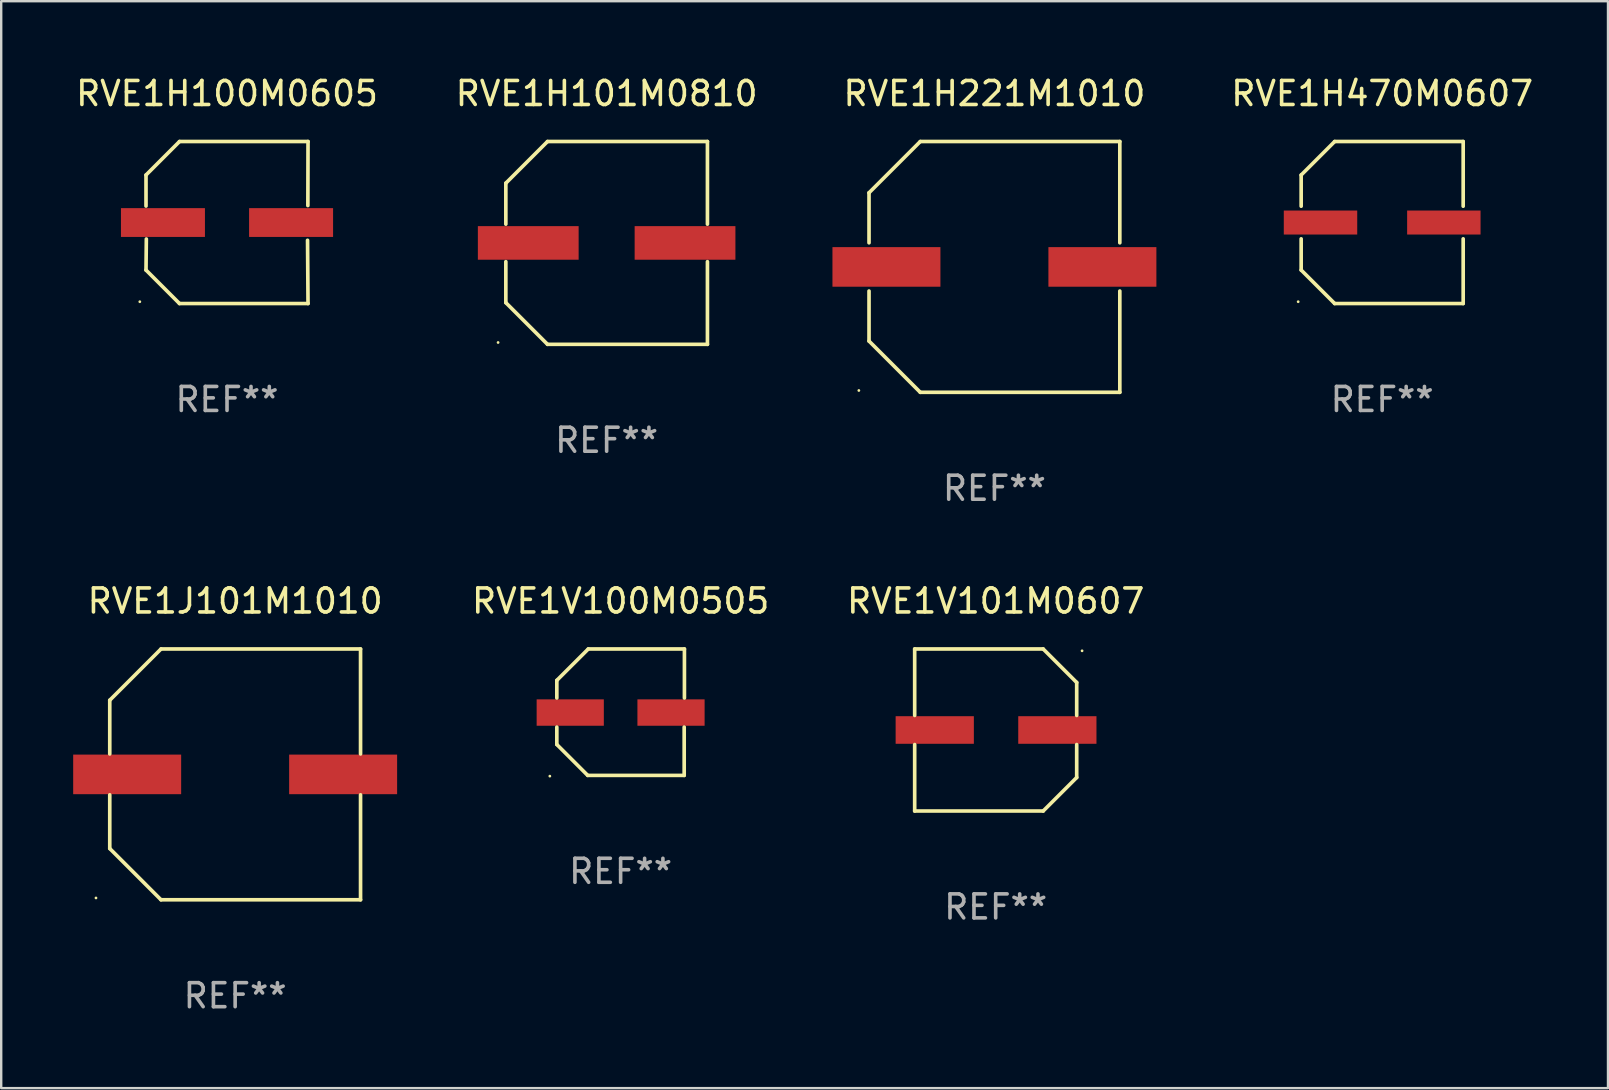
<source format=kicad_pcb>
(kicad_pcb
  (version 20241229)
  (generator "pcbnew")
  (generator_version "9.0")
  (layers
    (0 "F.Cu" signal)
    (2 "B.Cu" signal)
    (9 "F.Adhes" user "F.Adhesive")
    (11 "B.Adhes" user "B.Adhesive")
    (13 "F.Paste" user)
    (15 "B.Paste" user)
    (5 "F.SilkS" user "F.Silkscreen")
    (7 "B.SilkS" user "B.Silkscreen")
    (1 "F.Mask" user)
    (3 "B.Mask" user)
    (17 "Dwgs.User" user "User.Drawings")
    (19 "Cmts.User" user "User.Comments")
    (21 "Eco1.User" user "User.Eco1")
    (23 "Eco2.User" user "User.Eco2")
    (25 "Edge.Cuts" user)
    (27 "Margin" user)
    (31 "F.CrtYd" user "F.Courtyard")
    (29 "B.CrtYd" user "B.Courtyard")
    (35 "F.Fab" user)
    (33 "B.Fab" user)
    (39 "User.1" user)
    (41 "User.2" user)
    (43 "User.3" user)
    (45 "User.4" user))
  (footprint "RVE1H100M0605"
    (layer "F.Cu")
    (at 6.411 6.224)
    (property "Reference" "RVE1H100M0605" (at 0 -5.376 0) (layer "F.SilkS") (effects (font (size 1 1) (thickness 0.15))))
    (attr through_hole)
    (fp_line (start -3.376 -1.98) (end -3.376 -0.686) (stroke (width 0.152) (type solid)) (layer "F.SilkS"))
    (fp_line (start -3.376 1.981) (end -3.362 0.686) (stroke (width 0.152) (type solid)) (layer "F.SilkS"))
    (fp_line (start -1.981 3.376) (end -3.376 1.981) (stroke (width 0.152) (type solid)) (layer "F.SilkS"))
    (fp_line (start -1.98 -3.376) (end -3.376 -1.98) (stroke (width 0.152) (type solid)) (layer "F.SilkS"))
    (fp_line (start 3.356 0.74) (end 3.376 3.376) (stroke (width 0.152) (type solid)) (layer "F.SilkS"))
    (fp_line (start 3.369 -0.707) (end 3.376 -3.376) (stroke (width 0.152) (type solid)) (layer "F.SilkS"))
    (fp_line (start 3.376 3.376) (end -1.981 3.376) (stroke (width 0.152) (type solid)) (layer "F.SilkS"))
    (fp_line (start 3.376 -3.376) (end -1.98 -3.376) (stroke (width 0.152) (type solid)) (layer "F.SilkS"))
    (fp_circle (center -3.634 3.3) (end -3.604 3.3) (stroke (width 0.06) (type solid)) (fill no) (layer "F.SilkS"))
    (fp_text user "REF**" (at 0 7.376 0) (layer "F.Fab") (effects (font (size 1 1) (thickness 0.15))))
    (pad "1" smd rect (at -2.67 0.000254) (size 3.5 1.2) (layers "F.Cu" "F.Mask" "F.Paste"))
    (pad "2" smd rect (at 2.67 0.000254) (size 3.5 1.2) (layers "F.Cu" "F.Mask" "F.Paste")))
  (footprint "RVE1V100M0505"
    (layer "F.Cu")
    (at 22.815 26.631)
    (property "Reference" "RVE1V100M0505" (at 0 -4.634 0) (layer "F.SilkS") (effects (font (size 1 1) (thickness 0.15))))
    (attr through_hole)
    (fp_line (start -2.659 -1.326) (end -2.659 -0.592) (stroke (width 0.152) (type solid)) (layer "F.SilkS"))
    (fp_line (start -2.659 1.346) (end -2.659 0.622) (stroke (width 0.152) (type solid)) (layer "F.SilkS"))
    (fp_line (start -1.372 2.634) (end -2.659 1.346) (stroke (width 0.152) (type solid)) (layer "F.SilkS"))
    (fp_line (start -1.349 -2.634) (end -2.659 -1.326) (stroke (width 0.152) (type solid)) (layer "F.SilkS"))
    (fp_line (start 2.649 0.622) (end 2.649 2.634) (stroke (width 0.152) (type solid)) (layer "F.SilkS"))
    (fp_line (start 2.649 2.634) (end -1.372 2.634) (stroke (width 0.152) (type solid)) (layer "F.SilkS"))
    (fp_line (start 2.659 -2.634) (end -1.349 -2.634) (stroke (width 0.152) (type solid)) (layer "F.SilkS"))
    (fp_line (start 2.659 -0.592) (end 2.659 -2.634) (stroke (width 0.152) (type solid)) (layer "F.SilkS"))
    (fp_circle (center -2.95 2.665) (end -2.92 2.665) (stroke (width 0.06) (type solid)) (fill no) (layer "F.SilkS"))
    (fp_text user "REF**" (at 0 6.634 0) (layer "F.Fab") (effects (font (size 1 1) (thickness 0.15))))
    (pad "1" smd rect (at -2.1 0.015) (size 2.8 1.1) (layers "F.Cu" "F.Mask" "F.Paste"))
    (pad "2" smd rect (at 2.1 0.015) (size 2.8 1.1) (layers "F.Cu" "F.Mask" "F.Paste")))
  (footprint "RVE1H221M1010"
    (layer "F.Cu")
    (at 38.393 8.074)
    (property "Reference" "RVE1H221M1010" (at 0 -7.226 0) (layer "F.SilkS") (effects (font (size 1 1) (thickness 0.15))))
    (attr through_hole)
    (fp_line (start -5.226 -3.09) (end -5.226 -1.005) (stroke (width 0.152) (type solid)) (layer "F.SilkS"))
    (fp_line (start -5.226 1.005) (end -5.226 3.09) (stroke (width 0.152) (type solid)) (layer "F.SilkS"))
    (fp_line (start -3.09 -5.226) (end -5.226 -3.09) (stroke (width 0.152) (type solid)) (layer "F.SilkS"))
    (fp_line (start -3.09 5.226) (end -5.226 3.09) (stroke (width 0.152) (type solid)) (layer "F.SilkS"))
    (fp_line (start 5.226 -5.226) (end -3.09 -5.226) (stroke (width 0.152) (type solid)) (layer "F.SilkS"))
    (fp_line (start 5.226 -1.005) (end 5.226 -5.226) (stroke (width 0.152) (type solid)) (layer "F.SilkS"))
    (fp_line (start 5.226 5.226) (end -3.09 5.226) (stroke (width 0.152) (type solid)) (layer "F.SilkS"))
    (fp_line (start 5.226 5.226) (end 5.226 1.005) (stroke (width 0.152) (type solid)) (layer "F.SilkS"))
    (fp_circle (center -5.65 5.15) (end -5.62 5.15) (stroke (width 0.06) (type solid)) (fill no) (layer "F.SilkS"))
    (fp_text user "REF**" (at 0 9.226 0) (layer "F.Fab") (effects (font (size 1 1) (thickness 0.15))))
    (pad "1" smd rect (at -4.5 0) (size 4.5 1.65) (layers "F.Cu" "F.Mask" "F.Paste"))
    (pad "2" smd rect (at 4.5 0) (size 4.5 1.65) (layers "F.Cu" "F.Mask" "F.Paste")))
  (footprint "RVE1H470M0607"
    (layer "F.Cu")
    (at 54.553 6.224)
    (property "Reference" "RVE1H470M0607" (at 0 -5.376 0) (layer "F.SilkS") (effects (font (size 1 1) (thickness 0.15))))
    (attr through_hole)
    (fp_line (start -3.376 -1.98) (end -3.376 -0.68) (stroke (width 0.152) (type solid)) (layer "F.SilkS"))
    (fp_line (start -3.376 -1.98) (end -1.98 -3.376) (stroke (width 0.152) (type solid)) (layer "F.SilkS"))
    (fp_line (start -3.376 0.68) (end -3.376 1.98) (stroke (width 0.152) (type solid)) (layer "F.SilkS"))
    (fp_line (start -3.376 1.98) (end -1.98 3.376) (stroke (width 0.152) (type solid)) (layer "F.SilkS"))
    (fp_line (start -1.98 -3.376) (end 3.376 -3.376) (stroke (width 0.152) (type solid)) (layer "F.SilkS"))
    (fp_line (start -1.98 3.376) (end 3.376 3.376) (stroke (width 0.152) (type solid)) (layer "F.SilkS"))
    (fp_line (start 3.376 -3.376) (end 3.376 -0.68) (stroke (width 0.152) (type solid)) (layer "F.SilkS"))
    (fp_line (start 3.376 0.68) (end 3.376 3.376) (stroke (width 0.152) (type solid)) (layer "F.SilkS"))
    (fp_circle (center -3.501 3.3) (end -3.471 3.3) (stroke (width 0.06) (type solid)) (fill no) (layer "F.SilkS"))
    (fp_text user "REF**" (at 0 7.376 0) (layer "F.Fab") (effects (font (size 1 1) (thickness 0.15))))
    (pad "1" smd rect (at -2.57 0.000013) (size 3.06 1) (layers "F.Cu" "F.Mask" "F.Paste"))
    (pad "2" smd rect (at 2.57 0.000013) (size 3.06 1) (layers "F.Cu" "F.Mask" "F.Paste")))
  (footprint "RVE1V101M0607"
    (layer "F.Cu")
    (at 38.446 27.373)
    (property "Reference" "RVE1V101M0607" (at 0 -5.376 0) (layer "F.SilkS") (effects (font (size 1 1) (thickness 0.15))))
    (attr through_hole)
    (fp_line (start -3.376 -3.376) (end 1.98 -3.376) (stroke (width 0.152) (type solid)) (layer "F.SilkS"))
    (fp_line (start -3.376 -0.607) (end -3.376 -3.376) (stroke (width 0.152) (type solid)) (layer "F.SilkS"))
    (fp_line (start -3.376 0.607) (end -3.376 3.376) (stroke (width 0.152) (type solid)) (layer "F.SilkS"))
    (fp_line (start -3.376 3.376) (end 1.98 3.376) (stroke (width 0.152) (type solid)) (layer "F.SilkS"))
    (fp_line (start 1.98 -3.376) (end 3.376 -1.98) (stroke (width 0.152) (type solid)) (layer "F.SilkS"))
    (fp_line (start 1.98 3.376) (end 3.376 1.98) (stroke (width 0.152) (type solid)) (layer "F.SilkS"))
    (fp_line (start 3.376 -1.98) (end 3.376 -0.607) (stroke (width 0.152) (type solid)) (layer "F.SilkS"))
    (fp_line (start 3.376 1.98) (end 3.376 0.607) (stroke (width 0.152) (type solid)) (layer "F.SilkS"))
    (fp_circle (center 3.6 -3.3) (end 3.63 -3.3) (stroke (width 0.06) (type solid)) (fill no) (layer "F.SilkS"))
    (fp_text user "REF**" (at 0 7.376 0) (layer "F.Fab") (effects (font (size 1 1) (thickness 0.15))))
    (pad "1" smd rect (at 2.57 0 180) (size 3.26 1.15) (layers "F.Cu" "F.Mask" "F.Paste"))
    (pad "2" smd rect (at -2.54 0 180) (size 3.26 1.15) (layers "F.Cu" "F.Mask" "F.Paste")))
  (footprint "RVE1H101M0810"
    (layer "F.Cu")
    (at 22.232 7.074)
    (property "Reference" "RVE1H101M0810" (at 0 -6.226 0) (layer "F.SilkS") (effects (font (size 1 1) (thickness 0.15))))
    (attr through_hole)
    (fp_line (start -4.201 -2.49) (end -4.201 -0.782) (stroke (width 0.152) (type solid)) (layer "F.SilkS"))
    (fp_line (start -4.201 2.49) (end -4.201 0.782) (stroke (width 0.152) (type solid)) (layer "F.SilkS"))
    (fp_line (start -2.465 -4.226) (end -4.201 -2.49) (stroke (width 0.152) (type solid)) (layer "F.SilkS"))
    (fp_line (start -2.465 4.226) (end -4.201 2.49) (stroke (width 0.152) (type solid)) (layer "F.SilkS"))
    (fp_line (start 4.201 -4.226) (end -2.465 -4.226) (stroke (width 0.152) (type solid)) (layer "F.SilkS"))
    (fp_line (start 4.201 -0.782) (end 4.201 -4.226) (stroke (width 0.152) (type solid)) (layer "F.SilkS"))
    (fp_line (start 4.201 0.782) (end 4.201 4.226) (stroke (width 0.152) (type solid)) (layer "F.SilkS"))
    (fp_line (start 4.201 4.226) (end -2.465 4.226) (stroke (width 0.152) (type solid)) (layer "F.SilkS"))
    (fp_circle (center -4.524 4.15) (end -4.494 4.15) (stroke (width 0.06) (type solid)) (fill no) (layer "F.SilkS"))
    (fp_text user "REF**" (at 0 8.226 0) (layer "F.Fab") (effects (font (size 1 1) (thickness 0.15))))
    (pad "1" smd rect (at -3.267 0) (size 4.2 1.4) (layers "F.Cu" "F.Mask" "F.Paste"))
    (pad "2" smd rect (at 3.267 0) (size 4.2 1.4) (layers "F.Cu" "F.Mask" "F.Paste")))
  (footprint "RVE1J101M1010"
    (layer "F.Cu")
    (at 6.75 29.223)
    (property "Reference" "RVE1J101M1010" (at 0 -7.226 0) (layer "F.SilkS") (effects (font (size 1 1) (thickness 0.15))))
    (attr through_hole)
    (fp_line (start -5.226 -3.09) (end -5.226 -0.852) (stroke (width 0.152) (type solid)) (layer "F.SilkS"))
    (fp_line (start -5.226 3.09) (end -5.226 0.852) (stroke (width 0.152) (type solid)) (layer "F.SilkS"))
    (fp_line (start -3.09 -5.226) (end -5.226 -3.09) (stroke (width 0.152) (type solid)) (layer "F.SilkS"))
    (fp_line (start -3.09 5.226) (end -5.226 3.09) (stroke (width 0.152) (type solid)) (layer "F.SilkS"))
    (fp_line (start 5.226 -5.226) (end -3.09 -5.226) (stroke (width 0.152) (type solid)) (layer "F.SilkS"))
    (fp_line (start 5.226 -0.852) (end 5.226 -5.226) (stroke (width 0.152) (type solid)) (layer "F.SilkS"))
    (fp_line (start 5.226 0.852) (end 5.226 5.226) (stroke (width 0.152) (type solid)) (layer "F.SilkS"))
    (fp_line (start 5.226 5.226) (end -3.09 5.226) (stroke (width 0.152) (type solid)) (layer "F.SilkS"))
    (fp_circle (center -5.8 5.15) (end -5.77 5.15) (stroke (width 0.06) (type solid)) (fill no) (layer "F.SilkS"))
    (fp_text user "REF**" (at 0 9.226 0) (layer "F.Fab") (effects (font (size 1 1) (thickness 0.15))))
    (pad "1" smd rect (at -4.5 0) (size 4.5 1.65) (layers "F.Cu" "F.Mask" "F.Paste"))
    (pad "2" smd rect (at 4.5 0) (size 4.5 1.65) (layers "F.Cu" "F.Mask" "F.Paste")))
  (gr_rect
    (start -3 -3)
    (end 63.964 42.298)
    (stroke (width 0.1) (type default))
    (fill no)
    (layer "Edge.Cuts")))
</source>
